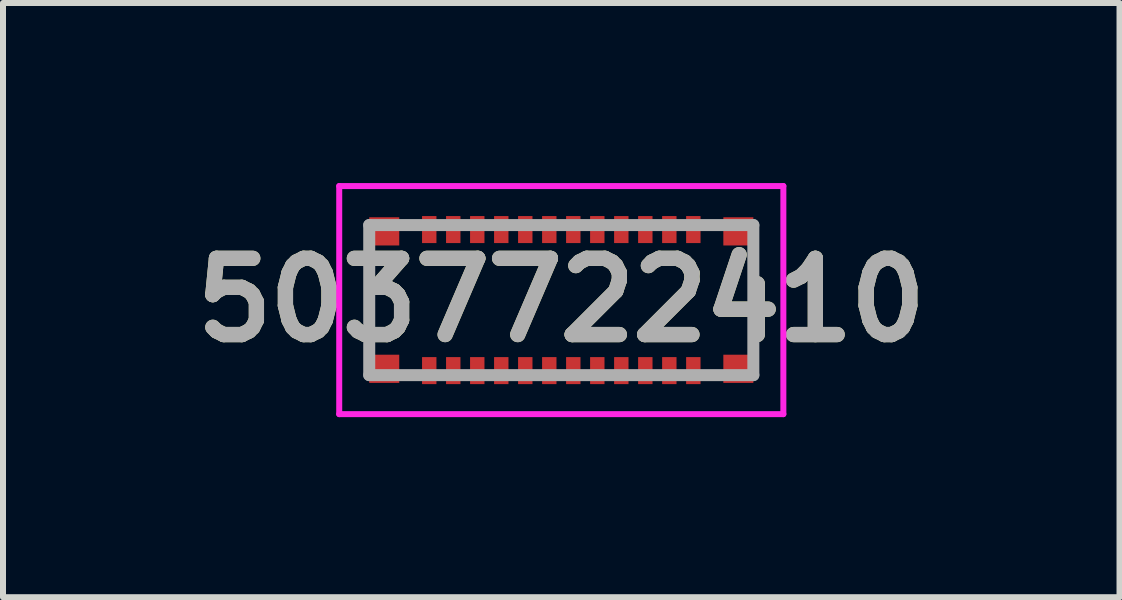
<source format=kicad_pcb>
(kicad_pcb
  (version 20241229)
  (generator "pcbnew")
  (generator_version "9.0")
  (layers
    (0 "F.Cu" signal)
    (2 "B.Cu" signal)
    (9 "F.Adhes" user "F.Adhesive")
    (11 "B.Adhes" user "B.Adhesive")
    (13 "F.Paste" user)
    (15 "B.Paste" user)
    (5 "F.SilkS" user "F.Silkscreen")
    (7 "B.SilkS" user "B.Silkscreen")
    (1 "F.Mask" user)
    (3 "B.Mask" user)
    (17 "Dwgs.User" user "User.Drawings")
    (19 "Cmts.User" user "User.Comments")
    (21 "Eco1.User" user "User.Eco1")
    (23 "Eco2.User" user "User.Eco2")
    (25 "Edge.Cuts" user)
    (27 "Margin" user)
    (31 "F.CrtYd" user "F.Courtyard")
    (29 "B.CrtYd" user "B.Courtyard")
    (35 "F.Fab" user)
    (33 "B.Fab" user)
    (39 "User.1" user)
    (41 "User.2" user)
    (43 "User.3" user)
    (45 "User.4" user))
  (footprint "5037722410"
    (layer "F.Cu")
    (at 6.302 1.95)
    (property "Reference" "5037722410" (at 0 0 0) (layer "F.SilkS") (effects (font (size 1.27 1.27) (thickness 0.254))))
    (attr smd)
    (fp_line (start -3.2 -0.6) (end -3.2 0.6) (stroke (width 0.1) (type solid)) (layer "F.SilkS"))
    (fp_line (start 3.2 -0.6) (end 3.2 0.6) (stroke (width 0.1) (type solid)) (layer "F.SilkS"))
    (fp_line (start -3.7 -1.9) (end 3.7 -1.9) (stroke (width 0.1) (type solid)) (layer "F.CrtYd"))
    (fp_line (start -3.7 1.9) (end -3.7 -1.9) (stroke (width 0.1) (type solid)) (layer "F.CrtYd"))
    (fp_line (start 3.7 -1.9) (end 3.7 1.9) (stroke (width 0.1) (type solid)) (layer "F.CrtYd"))
    (fp_line (start 3.7 1.9) (end -3.7 1.9) (stroke (width 0.1) (type solid)) (layer "F.CrtYd"))
    (fp_line (start -3.2 -1.25) (end 3.2 -1.25) (stroke (width 0.2) (type solid)) (layer "F.Fab"))
    (fp_line (start -3.2 1.25) (end -3.2 -1.25) (stroke (width 0.2) (type solid)) (layer "F.Fab"))
    (fp_line (start 3.2 -1.25) (end 3.2 1.25) (stroke (width 0.2) (type solid)) (layer "F.Fab"))
    (fp_line (start 3.2 1.25) (end -3.2 1.25) (stroke (width 0.2) (type solid)) (layer "F.Fab"))
    (fp_text user "${REFERENCE}" (at 0 0 0) (layer "F.Fab") (effects (font (size 1.27 1.27) (thickness 0.254))))
    (pad "1" smd rect (at -2.2 1.175) (size 0.24 0.45) (layers "F.Cu" "F.Mask" "F.Paste"))
    (pad "2" smd rect (at -2.2 -1.175) (size 0.24 0.45) (layers "F.Cu" "F.Mask" "F.Paste"))
    (pad "3" smd rect (at -1.8 1.175) (size 0.24 0.45) (layers "F.Cu" "F.Mask" "F.Paste"))
    (pad "4" smd rect (at -1.8 -1.175) (size 0.24 0.45) (layers "F.Cu" "F.Mask" "F.Paste"))
    (pad "5" smd rect (at -1.4 1.175) (size 0.24 0.45) (layers "F.Cu" "F.Mask" "F.Paste"))
    (pad "6" smd rect (at -1.4 -1.175) (size 0.24 0.45) (layers "F.Cu" "F.Mask" "F.Paste"))
    (pad "7" smd rect (at -1 1.175) (size 0.24 0.45) (layers "F.Cu" "F.Mask" "F.Paste"))
    (pad "8" smd rect (at -1 -1.175) (size 0.24 0.45) (layers "F.Cu" "F.Mask" "F.Paste"))
    (pad "9" smd rect (at -0.6 1.175) (size 0.24 0.45) (layers "F.Cu" "F.Mask" "F.Paste"))
    (pad "10" smd rect (at -0.6 -1.175) (size 0.24 0.45) (layers "F.Cu" "F.Mask" "F.Paste"))
    (pad "11" smd rect (at -0.2 1.175) (size 0.24 0.45) (layers "F.Cu" "F.Mask" "F.Paste"))
    (pad "12" smd rect (at -0.2 -1.175) (size 0.24 0.45) (layers "F.Cu" "F.Mask" "F.Paste"))
    (pad "13" smd rect (at 0.2 1.175) (size 0.24 0.45) (layers "F.Cu" "F.Mask" "F.Paste"))
    (pad "14" smd rect (at 0.2 -1.175) (size 0.24 0.45) (layers "F.Cu" "F.Mask" "F.Paste"))
    (pad "15" smd rect (at 0.6 1.175) (size 0.24 0.45) (layers "F.Cu" "F.Mask" "F.Paste"))
    (pad "16" smd rect (at 0.6 -1.175) (size 0.24 0.45) (layers "F.Cu" "F.Mask" "F.Paste"))
    (pad "17" smd rect (at 1 1.175) (size 0.24 0.45) (layers "F.Cu" "F.Mask" "F.Paste"))
    (pad "18" smd rect (at 1 -1.175) (size 0.24 0.45) (layers "F.Cu" "F.Mask" "F.Paste"))
    (pad "19" smd rect (at 1.4 1.175) (size 0.24 0.45) (layers "F.Cu" "F.Mask" "F.Paste"))
    (pad "20" smd rect (at 1.4 -1.175) (size 0.24 0.45) (layers "F.Cu" "F.Mask" "F.Paste"))
    (pad "21" smd rect (at 1.8 1.175) (size 0.24 0.45) (layers "F.Cu" "F.Mask" "F.Paste"))
    (pad "22" smd rect (at 1.8 -1.175) (size 0.24 0.45) (layers "F.Cu" "F.Mask" "F.Paste"))
    (pad "23" smd rect (at 2.2 1.175) (size 0.24 0.45) (layers "F.Cu" "F.Mask" "F.Paste"))
    (pad "24" smd rect (at 2.2 -1.175) (size 0.24 0.45) (layers "F.Cu" "F.Mask" "F.Paste"))
    (pad "FN1" smd rect (at -2.95 -1.145 90) (size 0.47 0.5) (layers "F.Cu" "F.Mask" "F.Paste"))
    (pad "FN2" smd rect (at -2.95 1.145 90) (size 0.47 0.5) (layers "F.Cu" "F.Mask" "F.Paste"))
    (pad "FN3" smd rect (at 2.95 1.145 90) (size 0.47 0.5) (layers "F.Cu" "F.Mask" "F.Paste"))
    (pad "FN4" smd rect (at 2.95 -1.145 90) (size 0.47 0.5) (layers "F.Cu" "F.Mask" "F.Paste")))
  (gr_rect
    (start -3 -3)
    (end 15.603 6.9)
    (stroke (width 0.1) (type default))
    (fill no)
    (layer "Edge.Cuts")))
</source>
